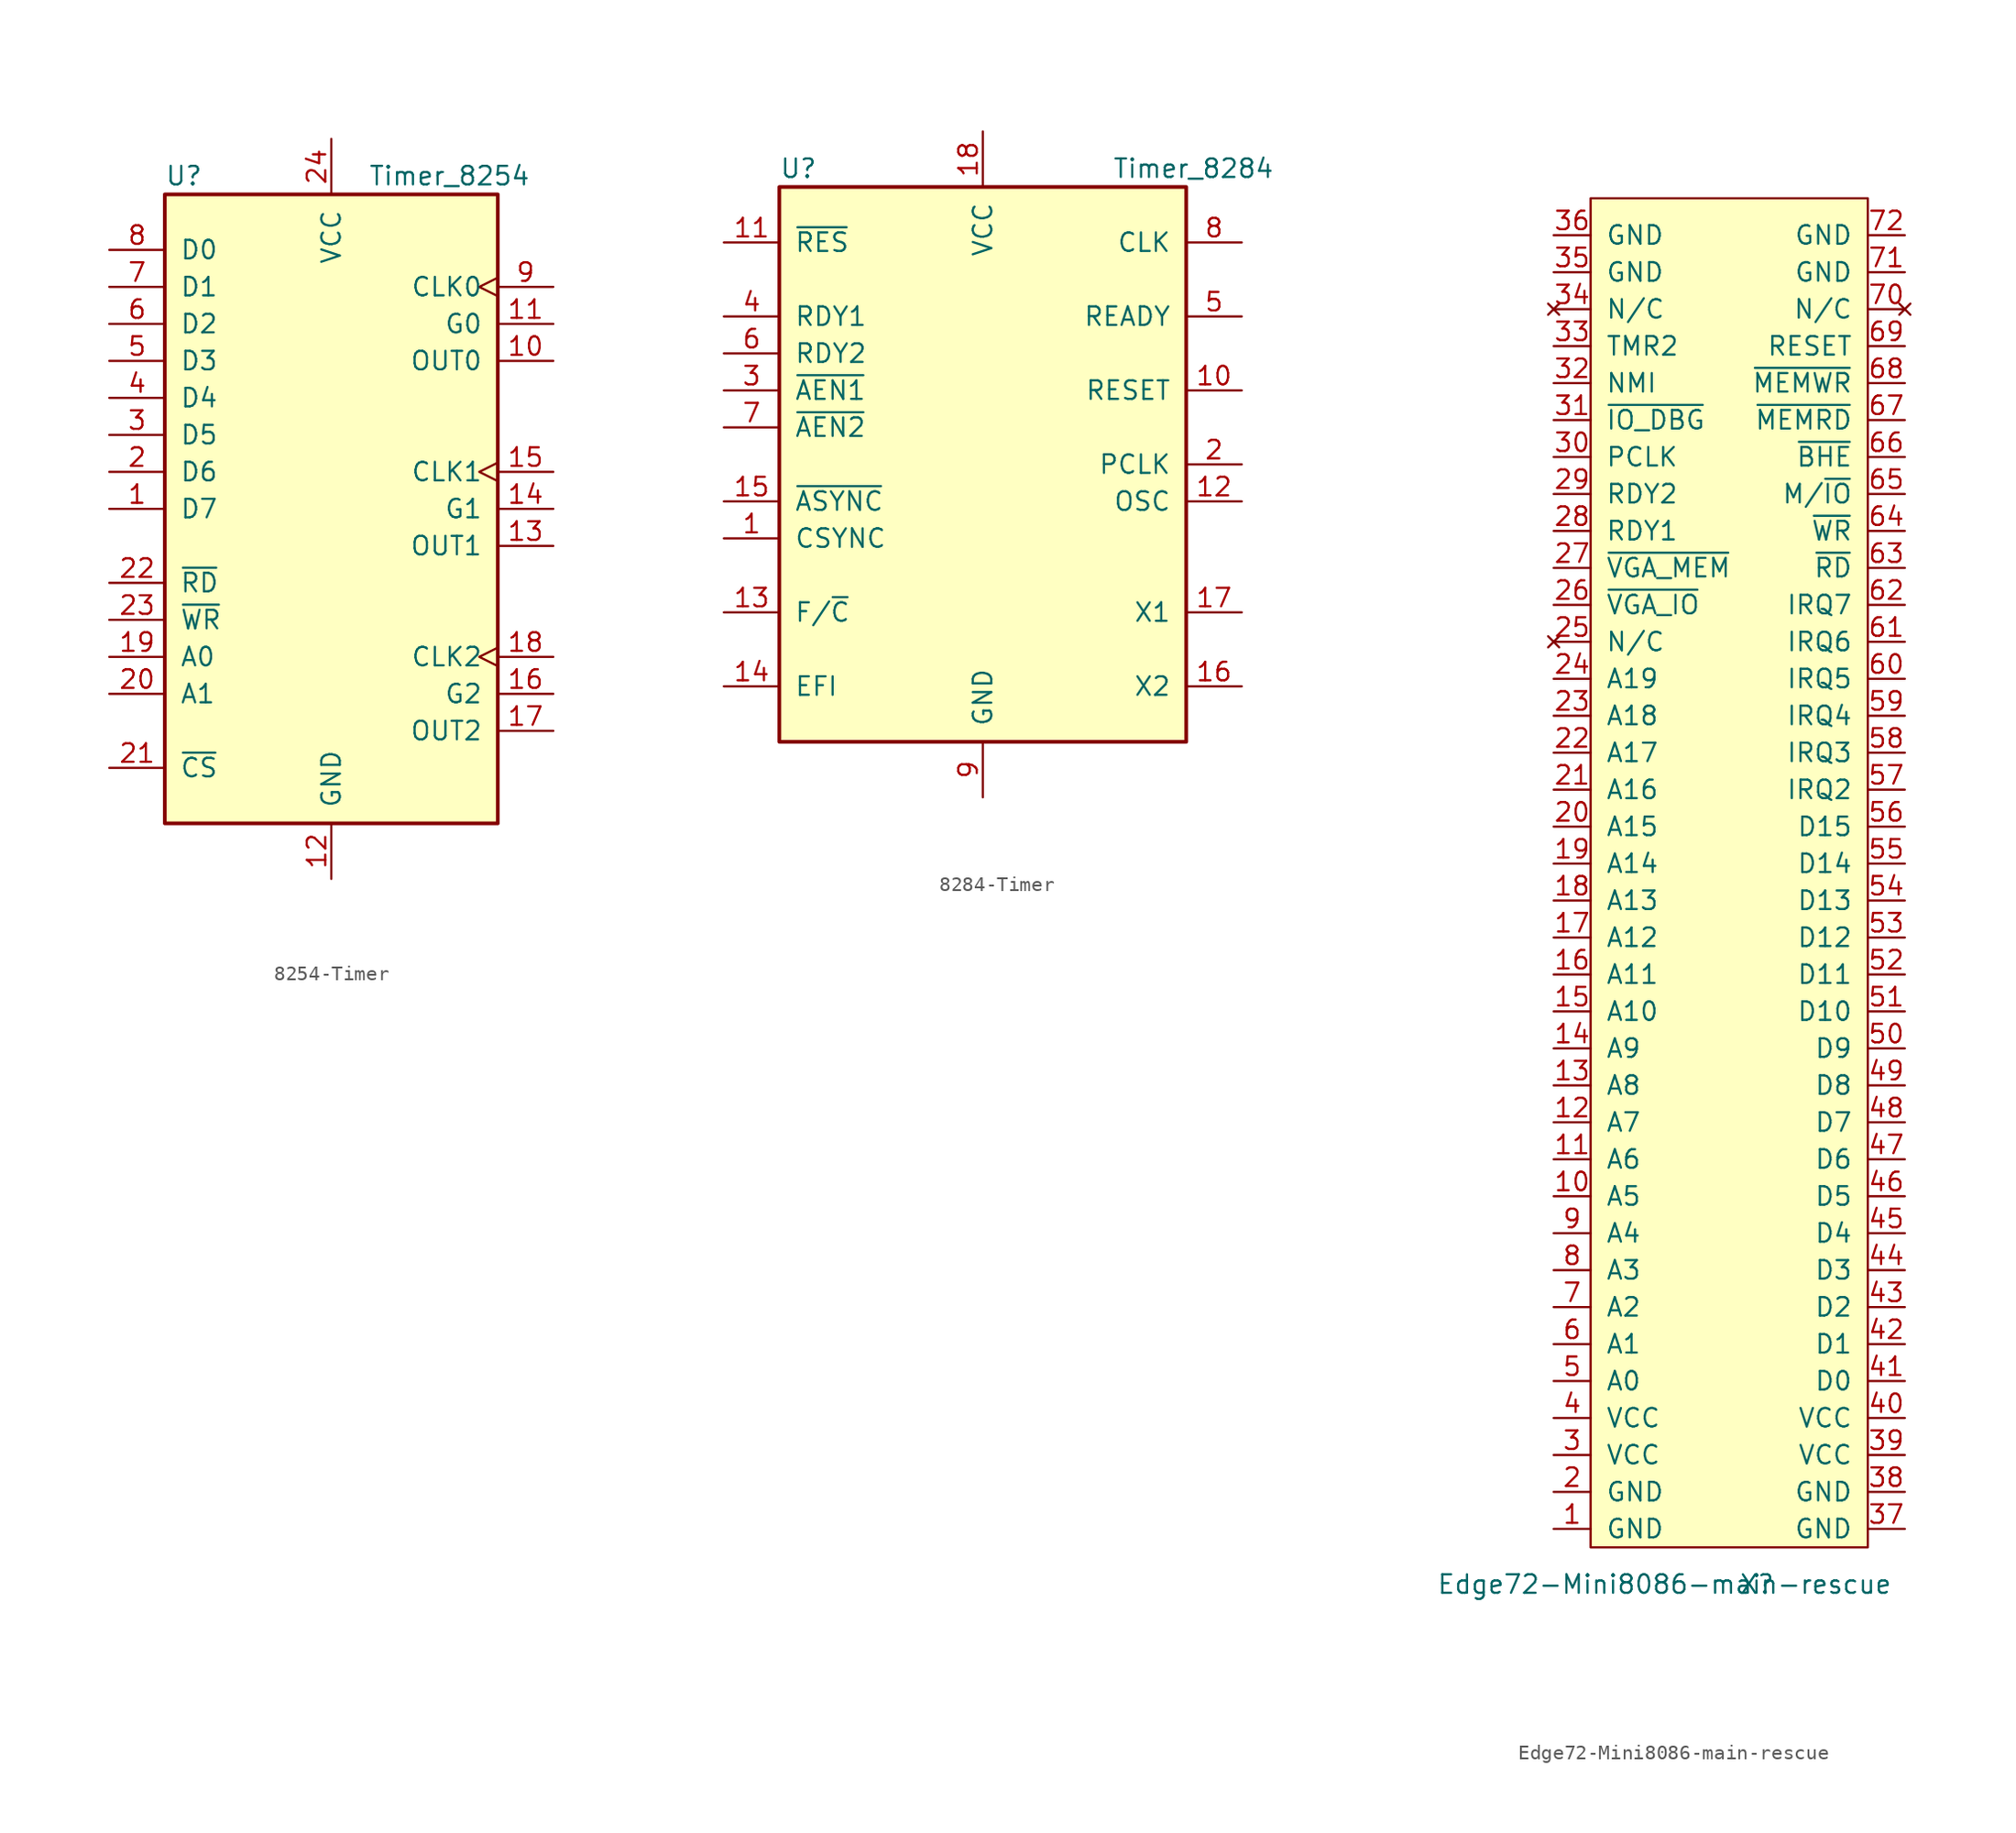
<source format=kicad_sym>
(kicad_symbol_lib
  (version 20220914)
  (generator kicad_symbol_editor)
  (symbol "8254-Timer"
    (pin_names
      (offset 1.016))
    (property "Reference" "U"
      (at -11.43 22.86 0)
      (effects (font (size 1.27 1.27)) (justify left)))
    (property "Value" "Timer_8254"
      (at 2.54 22.86 0)
      (effects (font (size 1.27 1.27)) (justify left)))
    (symbol "8254-Timer_0_1"
      (rectangle (start -11.43 -21.59) (end 11.43 21.59) (stroke (width 0.254) (type solid)) (fill (type background))))
    (symbol "8254-Timer_1_1"
      (pin bidirectional line (at -15.24 0 0) (length 3.81) (name "D7" (effects (font (size 1.27 1.27)))) (number "1" (effects (font (size 1.27 1.27)))))
      (pin output line (at 15.24 10.16 180) (length 3.81) (name "OUT0" (effects (font (size 1.27 1.27)))) (number "10" (effects (font (size 1.27 1.27)))))
      (pin input line (at 15.24 12.7 180) (length 3.81) (name "G0" (effects (font (size 1.27 1.27)))) (number "11" (effects (font (size 1.27 1.27)))))
      (pin power_in line (at 0 -25.4 90) (length 3.81) (name "GND" (effects (font (size 1.27 1.27)))) (number "12" (effects (font (size 1.27 1.27)))))
      (pin output line (at 15.24 -2.54 180) (length 3.81) (name "OUT1" (effects (font (size 1.27 1.27)))) (number "13" (effects (font (size 1.27 1.27)))))
      (pin input line (at 15.24 0 180) (length 3.81) (name "G1" (effects (font (size 1.27 1.27)))) (number "14" (effects (font (size 1.27 1.27)))))
      (pin input clock (at 15.24 2.54 180) (length 3.81) (name "CLK1" (effects (font (size 1.27 1.27)))) (number "15" (effects (font (size 1.27 1.27)))))
      (pin input line (at 15.24 -12.7 180) (length 3.81) (name "G2" (effects (font (size 1.27 1.27)))) (number "16" (effects (font (size 1.27 1.27)))))
      (pin output line (at 15.24 -15.24 180) (length 3.81) (name "OUT2" (effects (font (size 1.27 1.27)))) (number "17" (effects (font (size 1.27 1.27)))))
      (pin input clock (at 15.24 -10.16 180) (length 3.81) (name "CLK2" (effects (font (size 1.27 1.27)))) (number "18" (effects (font (size 1.27 1.27)))))
      (pin input line (at -15.24 -10.16 0) (length 3.81) (name "A0" (effects (font (size 1.27 1.27)))) (number "19" (effects (font (size 1.27 1.27)))))
      (pin bidirectional line (at -15.24 2.54 0) (length 3.81) (name "D6" (effects (font (size 1.27 1.27)))) (number "2" (effects (font (size 1.27 1.27)))))
      (pin input line (at -15.24 -12.7 0) (length 3.81) (name "A1" (effects (font (size 1.27 1.27)))) (number "20" (effects (font (size 1.27 1.27)))))
      (pin input line (at -15.24 -17.78 0) (length 3.81) (name "~{CS}" (effects (font (size 1.27 1.27)))) (number "21" (effects (font (size 1.27 1.27)))))
      (pin input line (at -15.24 -5.08 0) (length 3.81) (name "~{RD}" (effects (font (size 1.27 1.27)))) (number "22" (effects (font (size 1.27 1.27)))))
      (pin input line (at -15.24 -7.62 0) (length 3.81) (name "~{WR}" (effects (font (size 1.27 1.27)))) (number "23" (effects (font (size 1.27 1.27)))))
      (pin power_in line (at 0 25.4 270) (length 3.81) (name "VCC" (effects (font (size 1.27 1.27)))) (number "24" (effects (font (size 1.27 1.27)))))
      (pin bidirectional line (at -15.24 5.08 0) (length 3.81) (name "D5" (effects (font (size 1.27 1.27)))) (number "3" (effects (font (size 1.27 1.27)))))
      (pin bidirectional line (at -15.24 7.62 0) (length 3.81) (name "D4" (effects (font (size 1.27 1.27)))) (number "4" (effects (font (size 1.27 1.27)))))
      (pin bidirectional line (at -15.24 10.16 0) (length 3.81) (name "D3" (effects (font (size 1.27 1.27)))) (number "5" (effects (font (size 1.27 1.27)))))
      (pin bidirectional line (at -15.24 12.7 0) (length 3.81) (name "D2" (effects (font (size 1.27 1.27)))) (number "6" (effects (font (size 1.27 1.27)))))
      (pin bidirectional line (at -15.24 15.24 0) (length 3.81) (name "D1" (effects (font (size 1.27 1.27)))) (number "7" (effects (font (size 1.27 1.27)))))
      (pin bidirectional line (at -15.24 17.78 0) (length 3.81) (name "D0" (effects (font (size 1.27 1.27)))) (number "8" (effects (font (size 1.27 1.27)))))
      (pin input clock (at 15.24 15.24 180) (length 3.81) (name "CLK0" (effects (font (size 1.27 1.27)))) (number "9" (effects (font (size 1.27 1.27)))))))
  (symbol "8284-Timer"
    (pin_names
      (offset 1.016))
    (property "Reference" "U"
      (at -13.97 20.32 0)
      (effects (font (size 1.27 1.27)) (justify left)))
    (property "Value" "Timer_8284"
      (at 8.89 20.32 0)
      (effects (font (size 1.27 1.27)) (justify left)))
    (symbol "8284-Timer_0_0"
      (rectangle (start -13.97 -19.05) (end 13.97 19.05) (stroke (width 0.254) (type solid)) (fill (type background))))
    (symbol "8284-Timer_1_1"
      (pin input line (at -17.78 -5.08 0) (length 3.81) (name "CSYNC" (effects (font (size 1.27 1.27)))) (number "1" (effects (font (size 1.27 1.27)))))
      (pin output line (at 17.78 5.08 180) (length 3.81) (name "RESET" (effects (font (size 1.27 1.27)))) (number "10" (effects (font (size 1.27 1.27)))))
      (pin input line (at -17.78 15.24 0) (length 3.81) (name "~{RES}" (effects (font (size 1.27 1.27)))) (number "11" (effects (font (size 1.27 1.27)))))
      (pin output line (at 17.78 -2.54 180) (length 3.81) (name "OSC" (effects (font (size 1.27 1.27)))) (number "12" (effects (font (size 1.27 1.27)))))
      (pin input line (at -17.78 -10.16 0) (length 3.81) (name "F/~{C}" (effects (font (size 1.27 1.27)))) (number "13" (effects (font (size 1.27 1.27)))))
      (pin input line (at -17.78 -15.24 0) (length 3.81) (name "EFI" (effects (font (size 1.27 1.27)))) (number "14" (effects (font (size 1.27 1.27)))))
      (pin input line (at -17.78 -2.54 0) (length 3.81) (name "~{ASYNC}" (effects (font (size 1.27 1.27)))) (number "15" (effects (font (size 1.27 1.27)))))
      (pin output line (at 17.78 -15.24 180) (length 3.81) (name "X2" (effects (font (size 1.27 1.27)))) (number "16" (effects (font (size 1.27 1.27)))))
      (pin input line (at 17.78 -10.16 180) (length 3.81) (name "X1" (effects (font (size 1.27 1.27)))) (number "17" (effects (font (size 1.27 1.27)))))
      (pin power_in line (at 0 22.86 270) (length 3.81) (name "VCC" (effects (font (size 1.27 1.27)))) (number "18" (effects (font (size 1.27 1.27)))))
      (pin output line (at 17.78 0 180) (length 3.81) (name "PCLK" (effects (font (size 1.27 1.27)))) (number "2" (effects (font (size 1.27 1.27)))))
      (pin input line (at -17.78 5.08 0) (length 3.81) (name "~{AEN1}" (effects (font (size 1.27 1.27)))) (number "3" (effects (font (size 1.27 1.27)))))
      (pin input line (at -17.78 10.16 0) (length 3.81) (name "RDY1" (effects (font (size 1.27 1.27)))) (number "4" (effects (font (size 1.27 1.27)))))
      (pin output line (at 17.78 10.16 180) (length 3.81) (name "READY" (effects (font (size 1.27 1.27)))) (number "5" (effects (font (size 1.27 1.27)))))
      (pin input line (at -17.78 7.62 0) (length 3.81) (name "RDY2" (effects (font (size 1.27 1.27)))) (number "6" (effects (font (size 1.27 1.27)))))
      (pin input line (at -17.78 2.54 0) (length 3.81) (name "~{AEN2}" (effects (font (size 1.27 1.27)))) (number "7" (effects (font (size 1.27 1.27)))))
      (pin output line (at 17.78 15.24 180) (length 3.81) (name "CLK" (effects (font (size 1.27 1.27)))) (number "8" (effects (font (size 1.27 1.27)))))
      (pin power_in line (at 0 -22.86 90) (length 3.81) (name "GND" (effects (font (size 1.27 1.27)))) (number "9" (effects (font (size 1.27 1.27)))))))
  (symbol "Edge72-Mini8086-main-rescue"
    (pin_names
      (offset 1.016))
    (property "Reference" "X"
      (at 2.54 -49.53 0)
      (effects (font (size 1.27 1.27))))
    (property "Value" "Edge72-Mini8086-main-rescue"
      (at -3.81 -49.53 0)
      (effects (font (size 1.27 1.27))))
    (symbol "Edge72-Mini8086-main-rescue_0_1"
      (rectangle (start -8.89 45.72) (end 10.16 -46.99) (stroke (width 0) (type solid)) (fill (type background))))
    (symbol "Edge72-Mini8086-main-rescue_1_1"
      (pin passive line (at -11.43 -45.72 0) (length 2.54) (name "GND" (effects (font (size 1.27 1.27)))) (number "1" (effects (font (size 1.27 1.27)))))
      (pin bidirectional line (at -11.43 -22.86 0) (length 2.54) (name "A5" (effects (font (size 1.27 1.27)))) (number "10" (effects (font (size 1.27 1.27)))))
      (pin bidirectional line (at -11.43 -20.32 0) (length 2.54) (name "A6" (effects (font (size 1.27 1.27)))) (number "11" (effects (font (size 1.27 1.27)))))
      (pin bidirectional line (at -11.43 -17.78 0) (length 2.54) (name "A7" (effects (font (size 1.27 1.27)))) (number "12" (effects (font (size 1.27 1.27)))))
      (pin bidirectional line (at -11.43 -15.24 0) (length 2.54) (name "A8" (effects (font (size 1.27 1.27)))) (number "13" (effects (font (size 1.27 1.27)))))
      (pin bidirectional line (at -11.43 -12.7 0) (length 2.54) (name "A9" (effects (font (size 1.27 1.27)))) (number "14" (effects (font (size 1.27 1.27)))))
      (pin bidirectional line (at -11.43 -10.16 0) (length 2.54) (name "A10" (effects (font (size 1.27 1.27)))) (number "15" (effects (font (size 1.27 1.27)))))
      (pin bidirectional line (at -11.43 -7.62 0) (length 2.54) (name "A11" (effects (font (size 1.27 1.27)))) (number "16" (effects (font (size 1.27 1.27)))))
      (pin bidirectional line (at -11.43 -5.08 0) (length 2.54) (name "A12" (effects (font (size 1.27 1.27)))) (number "17" (effects (font (size 1.27 1.27)))))
      (pin bidirectional line (at -11.43 -2.54 0) (length 2.54) (name "A13" (effects (font (size 1.27 1.27)))) (number "18" (effects (font (size 1.27 1.27)))))
      (pin bidirectional line (at -11.43 0 0) (length 2.54) (name "A14" (effects (font (size 1.27 1.27)))) (number "19" (effects (font (size 1.27 1.27)))))
      (pin passive line (at -11.43 -43.18 0) (length 2.54) (name "GND" (effects (font (size 1.27 1.27)))) (number "2" (effects (font (size 1.27 1.27)))))
      (pin bidirectional line (at -11.43 2.54 0) (length 2.54) (name "A15" (effects (font (size 1.27 1.27)))) (number "20" (effects (font (size 1.27 1.27)))))
      (pin bidirectional line (at -11.43 5.08 0) (length 2.54) (name "A16" (effects (font (size 1.27 1.27)))) (number "21" (effects (font (size 1.27 1.27)))))
      (pin bidirectional line (at -11.43 7.62 0) (length 2.54) (name "A17" (effects (font (size 1.27 1.27)))) (number "22" (effects (font (size 1.27 1.27)))))
      (pin bidirectional line (at -11.43 10.16 0) (length 2.54) (name "A18" (effects (font (size 1.27 1.27)))) (number "23" (effects (font (size 1.27 1.27)))))
      (pin bidirectional line (at -11.43 12.7 0) (length 2.54) (name "A19" (effects (font (size 1.27 1.27)))) (number "24" (effects (font (size 1.27 1.27)))))
      (pin no_connect line (at -11.43 15.24 0) (length 2.54) (name "N/C" (effects (font (size 1.27 1.27)))) (number "25" (effects (font (size 1.27 1.27)))))
      (pin bidirectional line (at -11.43 17.78 0) (length 2.54) (name "~{VGA_IO}" (effects (font (size 1.27 1.27)))) (number "26" (effects (font (size 1.27 1.27)))))
      (pin bidirectional line (at -11.43 20.32 0) (length 2.54) (name "~{VGA_MEM}" (effects (font (size 1.27 1.27)))) (number "27" (effects (font (size 1.27 1.27)))))
      (pin passive line (at -11.43 22.86 0) (length 2.54) (name "RDY1" (effects (font (size 1.27 1.27)))) (number "28" (effects (font (size 1.27 1.27)))))
      (pin passive line (at -11.43 25.4 0) (length 2.54) (name "RDY2" (effects (font (size 1.27 1.27)))) (number "29" (effects (font (size 1.27 1.27)))))
      (pin passive line (at -11.43 -40.64 0) (length 2.54) (name "VCC" (effects (font (size 1.27 1.27)))) (number "3" (effects (font (size 1.27 1.27)))))
      (pin passive line (at -11.43 27.94 0) (length 2.54) (name "PCLK" (effects (font (size 1.27 1.27)))) (number "30" (effects (font (size 1.27 1.27)))))
      (pin passive line (at -11.43 30.48 0) (length 2.54) (name "~{IO_DBG}" (effects (font (size 1.27 1.27)))) (number "31" (effects (font (size 1.27 1.27)))))
      (pin passive line (at -11.43 33.02 0) (length 2.54) (name "NMI" (effects (font (size 1.27 1.27)))) (number "32" (effects (font (size 1.27 1.27)))))
      (pin passive line (at -11.43 35.56 0) (length 2.54) (name "TMR2" (effects (font (size 1.27 1.27)))) (number "33" (effects (font (size 1.27 1.27)))))
      (pin no_connect line (at -11.43 38.1 0) (length 2.54) (name "N/C" (effects (font (size 1.27 1.27)))) (number "34" (effects (font (size 1.27 1.27)))))
      (pin passive line (at -11.43 40.64 0) (length 2.54) (name "GND" (effects (font (size 1.27 1.27)))) (number "35" (effects (font (size 1.27 1.27)))))
      (pin passive line (at -11.43 43.18 0) (length 2.54) (name "GND" (effects (font (size 1.27 1.27)))) (number "36" (effects (font (size 1.27 1.27)))))
      (pin power_out line (at 12.7 -45.72 180) (length 2.54) (name "GND" (effects (font (size 1.27 1.27)))) (number "37" (effects (font (size 1.27 1.27)))))
      (pin passive line (at 12.7 -43.18 180) (length 2.54) (name "GND" (effects (font (size 1.27 1.27)))) (number "38" (effects (font (size 1.27 1.27)))))
      (pin power_out line (at 12.7 -40.64 180) (length 2.54) (name "VCC" (effects (font (size 1.27 1.27)))) (number "39" (effects (font (size 1.27 1.27)))))
      (pin passive line (at -11.43 -38.1 0) (length 2.54) (name "VCC" (effects (font (size 1.27 1.27)))) (number "4" (effects (font (size 1.27 1.27)))))
      (pin passive line (at 12.7 -38.1 180) (length 2.54) (name "VCC" (effects (font (size 1.27 1.27)))) (number "40" (effects (font (size 1.27 1.27)))))
      (pin bidirectional line (at 12.7 -35.56 180) (length 2.54) (name "D0" (effects (font (size 1.27 1.27)))) (number "41" (effects (font (size 1.27 1.27)))))
      (pin bidirectional line (at 12.7 -33.02 180) (length 2.54) (name "D1" (effects (font (size 1.27 1.27)))) (number "42" (effects (font (size 1.27 1.27)))))
      (pin bidirectional line (at 12.7 -30.48 180) (length 2.54) (name "D2" (effects (font (size 1.27 1.27)))) (number "43" (effects (font (size 1.27 1.27)))))
      (pin bidirectional line (at 12.7 -27.94 180) (length 2.54) (name "D3" (effects (font (size 1.27 1.27)))) (number "44" (effects (font (size 1.27 1.27)))))
      (pin bidirectional line (at 12.7 -25.4 180) (length 2.54) (name "D4" (effects (font (size 1.27 1.27)))) (number "45" (effects (font (size 1.27 1.27)))))
      (pin bidirectional line (at 12.7 -22.86 180) (length 2.54) (name "D5" (effects (font (size 1.27 1.27)))) (number "46" (effects (font (size 1.27 1.27)))))
      (pin bidirectional line (at 12.7 -20.32 180) (length 2.54) (name "D6" (effects (font (size 1.27 1.27)))) (number "47" (effects (font (size 1.27 1.27)))))
      (pin bidirectional line (at 12.7 -17.78 180) (length 2.54) (name "D7" (effects (font (size 1.27 1.27)))) (number "48" (effects (font (size 1.27 1.27)))))
      (pin bidirectional line (at 12.7 -15.24 180) (length 2.54) (name "D8" (effects (font (size 1.27 1.27)))) (number "49" (effects (font (size 1.27 1.27)))))
      (pin bidirectional line (at -11.43 -35.56 0) (length 2.54) (name "A0" (effects (font (size 1.27 1.27)))) (number "5" (effects (font (size 1.27 1.27)))))
      (pin bidirectional line (at 12.7 -12.7 180) (length 2.54) (name "D9" (effects (font (size 1.27 1.27)))) (number "50" (effects (font (size 1.27 1.27)))))
      (pin bidirectional line (at 12.7 -10.16 180) (length 2.54) (name "D10" (effects (font (size 1.27 1.27)))) (number "51" (effects (font (size 1.27 1.27)))))
      (pin bidirectional line (at 12.7 -7.62 180) (length 2.54) (name "D11" (effects (font (size 1.27 1.27)))) (number "52" (effects (font (size 1.27 1.27)))))
      (pin bidirectional line (at 12.7 -5.08 180) (length 2.54) (name "D12" (effects (font (size 1.27 1.27)))) (number "53" (effects (font (size 1.27 1.27)))))
      (pin bidirectional line (at 12.7 -2.54 180) (length 2.54) (name "D13" (effects (font (size 1.27 1.27)))) (number "54" (effects (font (size 1.27 1.27)))))
      (pin bidirectional line (at 12.7 0 180) (length 2.54) (name "D14" (effects (font (size 1.27 1.27)))) (number "55" (effects (font (size 1.27 1.27)))))
      (pin bidirectional line (at 12.7 2.54 180) (length 2.54) (name "D15" (effects (font (size 1.27 1.27)))) (number "56" (effects (font (size 1.27 1.27)))))
      (pin passive line (at 12.7 5.08 180) (length 2.54) (name "IRQ2" (effects (font (size 1.27 1.27)))) (number "57" (effects (font (size 1.27 1.27)))))
      (pin passive line (at 12.7 7.62 180) (length 2.54) (name "IRQ3" (effects (font (size 1.27 1.27)))) (number "58" (effects (font (size 1.27 1.27)))))
      (pin passive line (at 12.7 10.16 180) (length 2.54) (name "IRQ4" (effects (font (size 1.27 1.27)))) (number "59" (effects (font (size 1.27 1.27)))))
      (pin bidirectional line (at -11.43 -33.02 0) (length 2.54) (name "A1" (effects (font (size 1.27 1.27)))) (number "6" (effects (font (size 1.27 1.27)))))
      (pin passive line (at 12.7 12.7 180) (length 2.54) (name "IRQ5" (effects (font (size 1.27 1.27)))) (number "60" (effects (font (size 1.27 1.27)))))
      (pin passive line (at 12.7 15.24 180) (length 2.54) (name "IRQ6" (effects (font (size 1.27 1.27)))) (number "61" (effects (font (size 1.27 1.27)))))
      (pin passive line (at 12.7 17.78 180) (length 2.54) (name "IRQ7" (effects (font (size 1.27 1.27)))) (number "62" (effects (font (size 1.27 1.27)))))
      (pin bidirectional line (at 12.7 20.32 180) (length 2.54) (name "~{RD}" (effects (font (size 1.27 1.27)))) (number "63" (effects (font (size 1.27 1.27)))))
      (pin bidirectional line (at 12.7 22.86 180) (length 2.54) (name "~{WR}" (effects (font (size 1.27 1.27)))) (number "64" (effects (font (size 1.27 1.27)))))
      (pin bidirectional line (at 12.7 25.4 180) (length 2.54) (name "M/~{IO}" (effects (font (size 1.27 1.27)))) (number "65" (effects (font (size 1.27 1.27)))))
      (pin bidirectional line (at 12.7 27.94 180) (length 2.54) (name "~{BHE}" (effects (font (size 1.27 1.27)))) (number "66" (effects (font (size 1.27 1.27)))))
      (pin bidirectional line (at 12.7 30.48 180) (length 2.54) (name "~{MEMRD}" (effects (font (size 1.27 1.27)))) (number "67" (effects (font (size 1.27 1.27)))))
      (pin bidirectional line (at 12.7 33.02 180) (length 2.54) (name "~{MEMWR}" (effects (font (size 1.27 1.27)))) (number "68" (effects (font (size 1.27 1.27)))))
      (pin passive line (at 12.7 35.56 180) (length 2.54) (name "RESET" (effects (font (size 1.27 1.27)))) (number "69" (effects (font (size 1.27 1.27)))))
      (pin bidirectional line (at -11.43 -30.48 0) (length 2.54) (name "A2" (effects (font (size 1.27 1.27)))) (number "7" (effects (font (size 1.27 1.27)))))
      (pin no_connect line (at 12.7 38.1 180) (length 2.54) (name "N/C" (effects (font (size 1.27 1.27)))) (number "70" (effects (font (size 1.27 1.27)))))
      (pin passive line (at 12.7 40.64 180) (length 2.54) (name "GND" (effects (font (size 1.27 1.27)))) (number "71" (effects (font (size 1.27 1.27)))))
      (pin passive line (at 12.7 43.18 180) (length 2.54) (name "GND" (effects (font (size 1.27 1.27)))) (number "72" (effects (font (size 1.27 1.27)))))
      (pin bidirectional line (at -11.43 -27.94 0) (length 2.54) (name "A3" (effects (font (size 1.27 1.27)))) (number "8" (effects (font (size 1.27 1.27)))))
      (pin bidirectional line (at -11.43 -25.4 0) (length 2.54) (name "A4" (effects (font (size 1.27 1.27)))) (number "9" (effects (font (size 1.27 1.27))))))))
</source>
